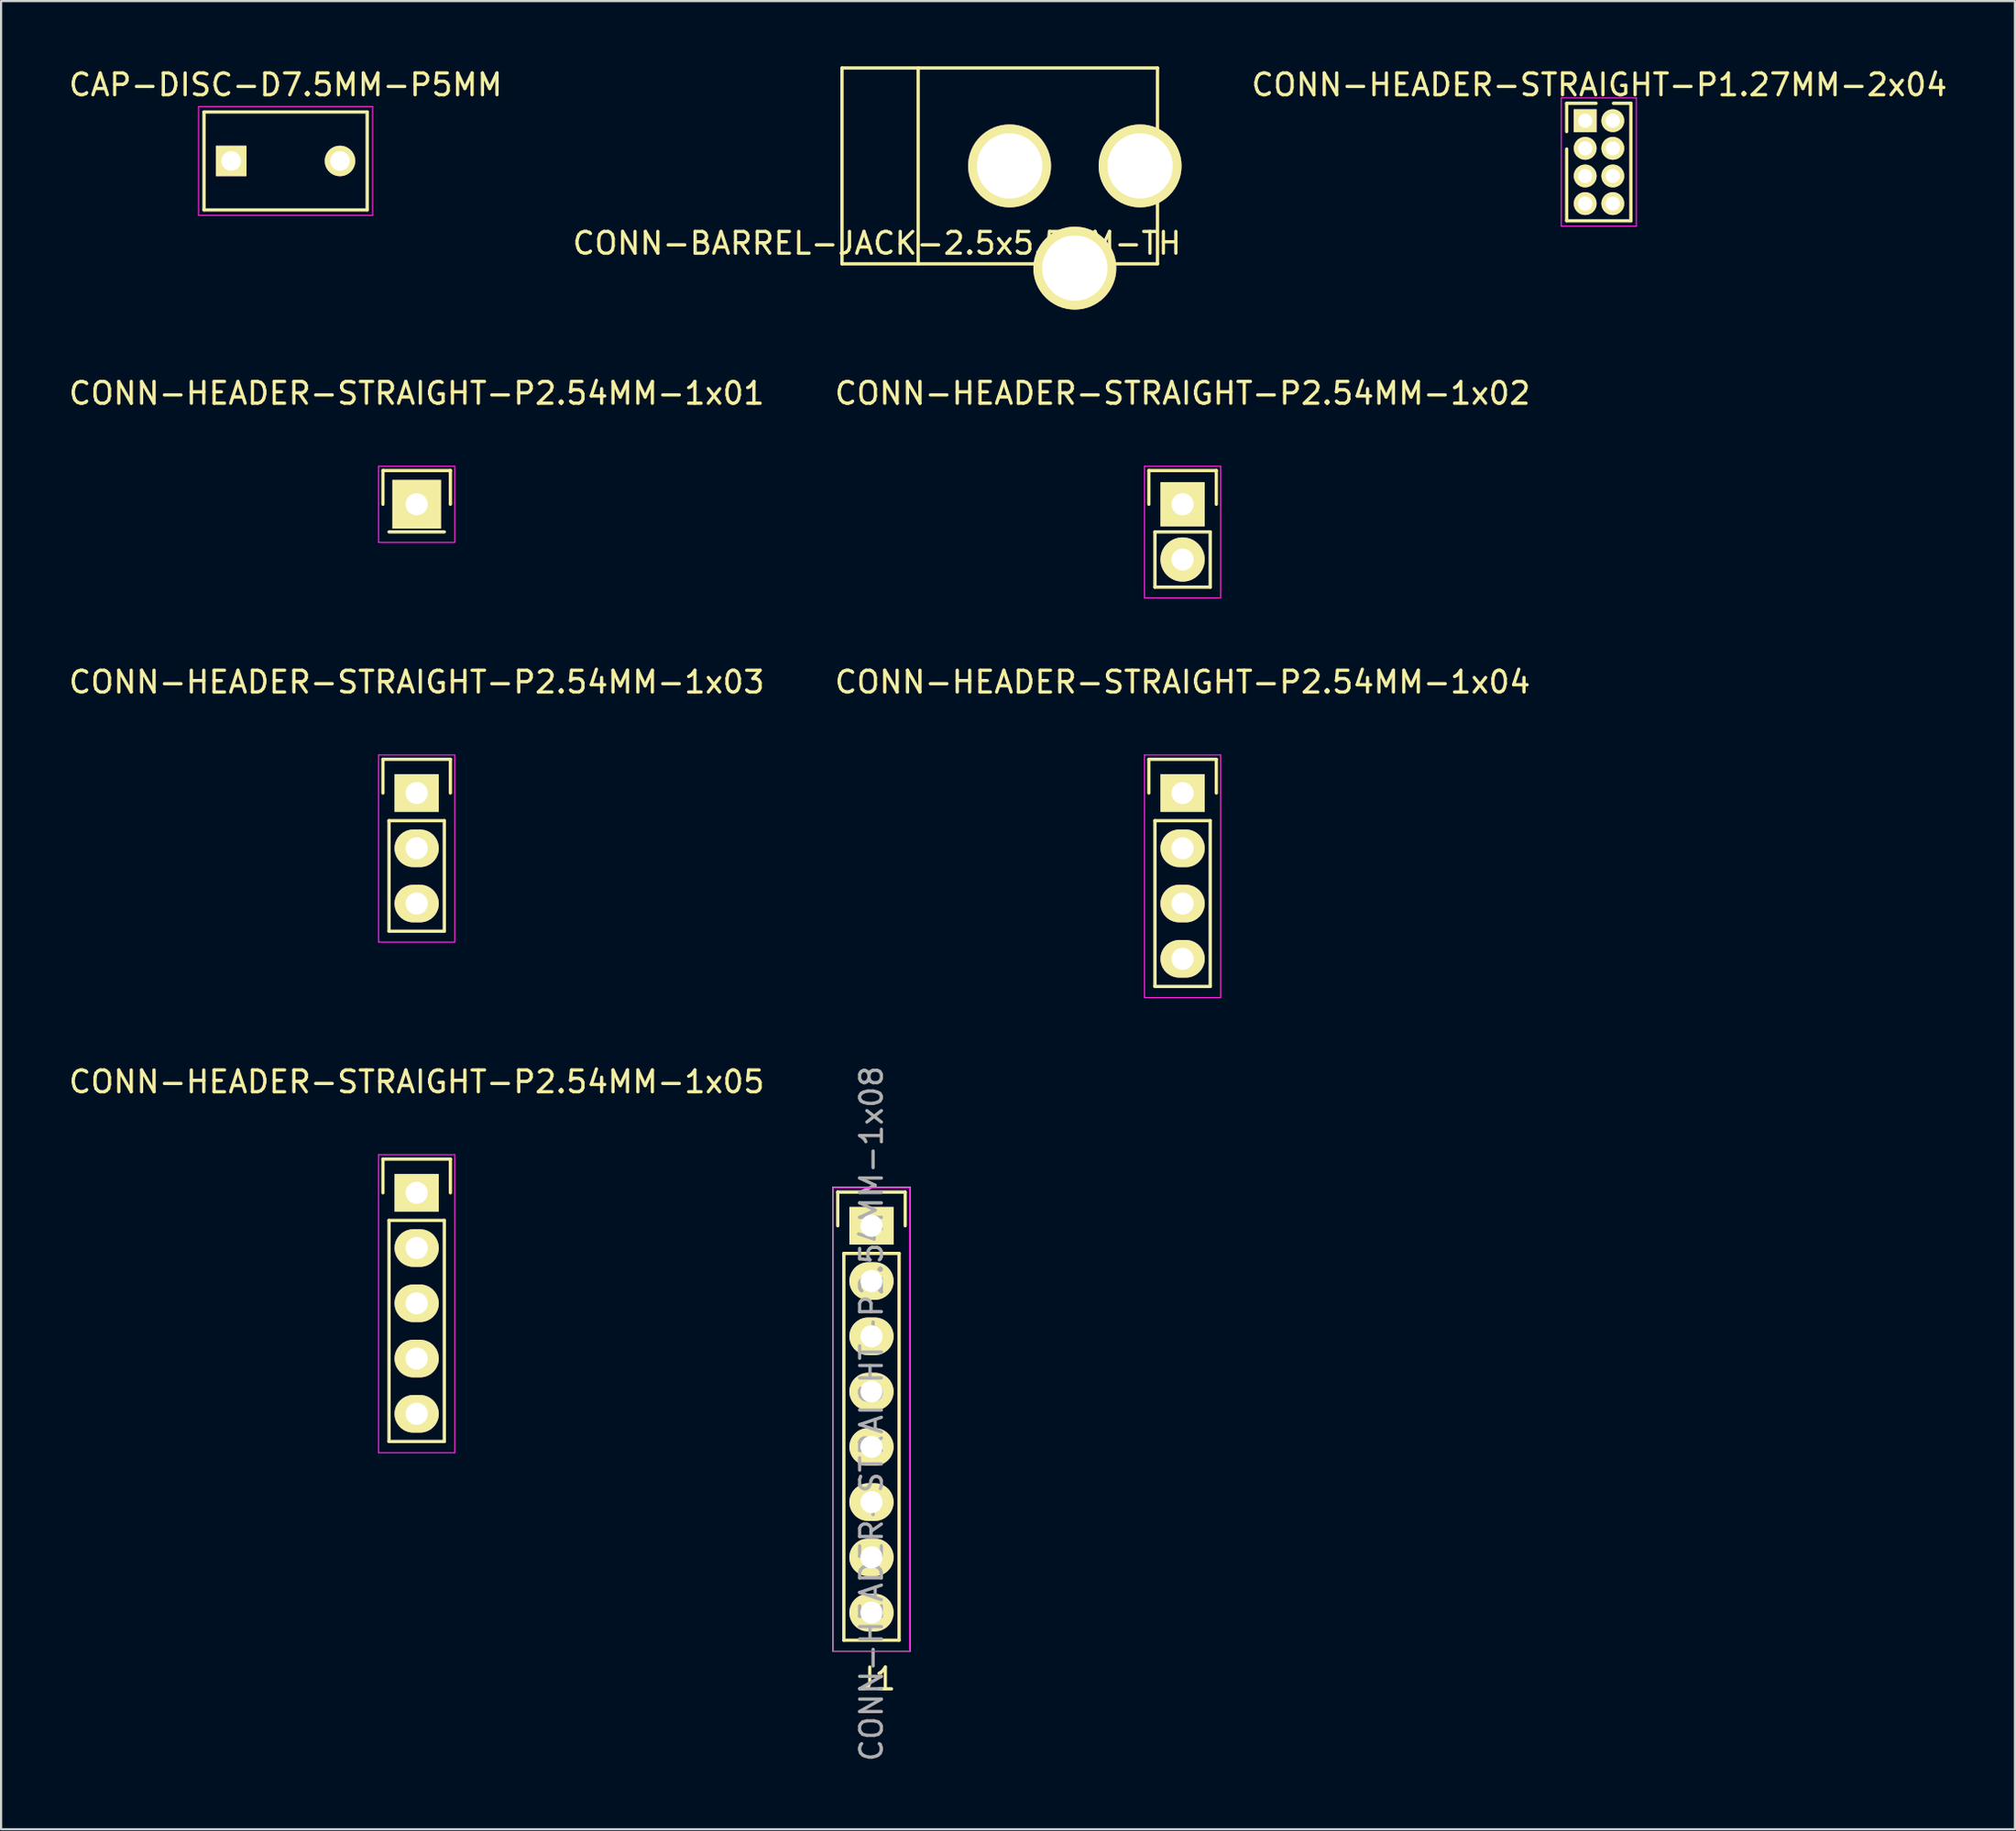
<source format=kicad_pcb>
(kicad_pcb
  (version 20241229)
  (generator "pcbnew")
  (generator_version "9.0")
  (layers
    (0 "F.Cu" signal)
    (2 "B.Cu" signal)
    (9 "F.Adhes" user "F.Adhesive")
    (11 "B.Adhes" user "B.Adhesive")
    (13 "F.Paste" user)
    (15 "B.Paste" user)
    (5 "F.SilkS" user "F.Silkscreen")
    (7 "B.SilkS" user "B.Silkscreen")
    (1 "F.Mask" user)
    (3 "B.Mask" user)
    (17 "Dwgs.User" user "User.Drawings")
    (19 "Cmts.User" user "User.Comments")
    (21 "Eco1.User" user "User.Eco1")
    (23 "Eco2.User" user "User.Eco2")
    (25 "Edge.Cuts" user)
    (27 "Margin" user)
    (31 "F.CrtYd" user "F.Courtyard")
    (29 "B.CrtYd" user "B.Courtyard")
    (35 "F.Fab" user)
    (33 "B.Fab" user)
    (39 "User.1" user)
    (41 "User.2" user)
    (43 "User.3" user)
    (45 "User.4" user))
  (footprint "CONN-HEADER-STRAIGHT-P1.27MM-2x04"
    (layer "F.Cu")
    (at 69.808 2.498)
    (property "Reference" "CONN-HEADER-STRAIGHT-P1.27MM-2x04" (at 0.65 -1.65 0) (layer "F.SilkS") (effects (font (size 1 1) (thickness 0.15))))
    (attr through_hole)
    (fp_line (start -0.85 -0.8) (end -0.85 0.5) (stroke (width 0.15) (type solid)) (layer "F.SilkS"))
    (fp_line (start -0.85 4.6) (end -0.85 1.3) (stroke (width 0.15) (type solid)) (layer "F.SilkS"))
    (fp_line (start 0.5 -0.8) (end -0.85 -0.8) (stroke (width 0.15) (type solid)) (layer "F.SilkS"))
    (fp_line (start 2.1 -0.8) (end 1.3 -0.8) (stroke (width 0.15) (type solid)) (layer "F.SilkS"))
    (fp_line (start 2.1 4.6) (end -0.85 4.6) (stroke (width 0.15) (type solid)) (layer "F.SilkS"))
    (fp_line (start 2.1 4.6) (end 2.1 -0.8) (stroke (width 0.15) (type solid)) (layer "F.SilkS"))
    (fp_line (start -1.1 -1.05) (end -1.1 4.85) (stroke (width 0.05) (type solid)) (layer "F.CrtYd"))
    (fp_line (start -1.1 -1.05) (end 2.35 -1.05) (stroke (width 0.05) (type solid)) (layer "F.CrtYd"))
    (fp_line (start -1.1 4.85) (end 2.35 4.85) (stroke (width 0.05) (type solid)) (layer "F.CrtYd"))
    (fp_line (start 2.35 -1.05) (end 2.35 4.85) (stroke (width 0.05) (type solid)) (layer "F.CrtYd"))
    (pad "1" thru_hole rect (at 0 0) (size 1.05 1.05) (drill 0.65) (layers "*.Cu" "*.Mask" "F.SilkS"))
    (pad "2" thru_hole circle (at 1.27 0) (size 1.05 1.05) (drill 0.65) (layers "*.Cu" "*.Mask" "F.SilkS"))
    (pad "3" thru_hole circle (at 0 1.27) (size 1.05 1.05) (drill 0.65) (layers "*.Cu" "*.Mask" "F.SilkS"))
    (pad "4" thru_hole circle (at 1.27 1.27) (size 1.05 1.05) (drill 0.65) (layers "*.Cu" "*.Mask" "F.SilkS"))
    (pad "5" thru_hole circle (at 0 2.54) (size 1.05 1.05) (drill 0.65) (layers "*.Cu" "*.Mask" "F.SilkS"))
    (pad "6" thru_hole circle (at 1.27 2.54) (size 1.05 1.05) (drill 0.65) (layers "*.Cu" "*.Mask" "F.SilkS"))
    (pad "7" thru_hole circle (at 0 3.81) (size 1.05 1.05) (drill 0.65) (layers "*.Cu" "*.Mask" "F.SilkS"))
    (pad "8" thru_hole circle (at 1.27 3.81) (size 1.05 1.05) (drill 0.65) (layers "*.Cu" "*.Mask" "F.SilkS")))
  (footprint "CONN-BARREL-JACK-2.5x5.5MM-TH"
    (layer "F.Cu")
    (at 43.151 4.576)
    (property "Reference" "CONN-BARREL-JACK-2.5x5.5MM-TH" (at -5.895 3.556 180) (layer "F.SilkS") (effects (font (size 1 1) (thickness 0.15))))
    (attr through_hole)
    (fp_line (start -7.501 -4.501) (end -7.501 4.501) (stroke (width 0.15) (type solid)) (layer "F.SilkS"))
    (fp_line (start -7.501 4.501) (end 7 4.501) (stroke (width 0.15) (type solid)) (layer "F.SilkS"))
    (fp_line (start -4 -4.501) (end -4 4.501) (stroke (width 0.15) (type solid)) (layer "F.SilkS"))
    (fp_line (start 7 -4.501) (end -7.501 -4.501) (stroke (width 0.15) (type solid)) (layer "F.SilkS"))
    (fp_line (start 7 4.501) (end 7 -4.501) (stroke (width 0.15) (type solid)) (layer "F.SilkS"))
    (pad "1" thru_hole circle (at 6.2 0) (size 3.81 3.81) (drill 3) (layers "*.Cu" "*.Mask" "F.SilkS"))
    (pad "2" thru_hole circle (at 0.201 0) (size 3.81 3.81) (drill 3) (layers "*.Cu" "*.Mask" "F.SilkS"))
    (pad "3" thru_hole circle (at 3.2 4.699) (size 3.81 3.81) (drill 3) (layers "*.Cu" "*.Mask" "F.SilkS")))
  (footprint "CONN-HEADER-STRAIGHT-P2.54MM-1x04"
    (layer "F.Cu")
    (at 51.304 33.401)
    (property "Reference" "CONN-HEADER-STRAIGHT-P2.54MM-1x04" (at 0 -5.1 0) (layer "F.SilkS") (effects (font (size 1 1) (thickness 0.15))))
    (attr through_hole)
    (fp_line (start -1.55 -1.55) (end 1.55 -1.55) (stroke (width 0.15) (type solid)) (layer "F.SilkS"))
    (fp_line (start -1.55 0) (end -1.55 -1.55) (stroke (width 0.15) (type solid)) (layer "F.SilkS"))
    (fp_line (start -1.27 1.27) (end -1.27 8.89) (stroke (width 0.15) (type solid)) (layer "F.SilkS"))
    (fp_line (start -1.27 8.89) (end 1.27 8.89) (stroke (width 0.15) (type solid)) (layer "F.SilkS"))
    (fp_line (start 1.27 1.27) (end -1.27 1.27) (stroke (width 0.15) (type solid)) (layer "F.SilkS"))
    (fp_line (start 1.27 1.27) (end 1.27 8.89) (stroke (width 0.15) (type solid)) (layer "F.SilkS"))
    (fp_line (start 1.55 -1.55) (end 1.55 0) (stroke (width 0.15) (type solid)) (layer "F.SilkS"))
    (fp_line (start -1.75 -1.75) (end -1.75 9.4) (stroke (width 0.05) (type solid)) (layer "F.CrtYd"))
    (fp_line (start -1.75 -1.75) (end 1.75 -1.75) (stroke (width 0.05) (type solid)) (layer "F.CrtYd"))
    (fp_line (start -1.75 9.4) (end 1.75 9.4) (stroke (width 0.05) (type solid)) (layer "F.CrtYd"))
    (fp_line (start 1.75 -1.75) (end 1.75 9.4) (stroke (width 0.05) (type solid)) (layer "F.CrtYd"))
    (pad "1" thru_hole rect (at 0 0) (size 2.032 1.727) (drill 1.016) (layers "*.Cu" "*.Mask" "F.SilkS"))
    (pad "2" thru_hole oval (at 0 2.54) (size 2.032 1.727) (drill 1.016) (layers "*.Cu" "*.Mask" "F.SilkS"))
    (pad "3" thru_hole oval (at 0 5.08) (size 2.032 1.727) (drill 1.016) (layers "*.Cu" "*.Mask" "F.SilkS"))
    (pad "4" thru_hole oval (at 0 7.62) (size 2.032 1.727) (drill 1.016) (layers "*.Cu" "*.Mask" "F.SilkS")))
  (footprint "CONN-HEADER-STRAIGHT-P2.54MM-1x03"
    (layer "F.Cu")
    (at 16.101 33.401)
    (property "Reference" "CONN-HEADER-STRAIGHT-P2.54MM-1x03" (at 0 -5.1 0) (layer "F.SilkS") (effects (font (size 1 1) (thickness 0.15))))
    (attr through_hole)
    (fp_line (start -1.55 -1.55) (end 1.55 -1.55) (stroke (width 0.15) (type solid)) (layer "F.SilkS"))
    (fp_line (start -1.55 0) (end -1.55 -1.55) (stroke (width 0.15) (type solid)) (layer "F.SilkS"))
    (fp_line (start -1.27 1.27) (end -1.27 6.35) (stroke (width 0.15) (type solid)) (layer "F.SilkS"))
    (fp_line (start -1.27 6.35) (end 1.27 6.35) (stroke (width 0.15) (type solid)) (layer "F.SilkS"))
    (fp_line (start 1.27 1.27) (end -1.27 1.27) (stroke (width 0.15) (type solid)) (layer "F.SilkS"))
    (fp_line (start 1.27 6.35) (end 1.27 1.27) (stroke (width 0.15) (type solid)) (layer "F.SilkS"))
    (fp_line (start 1.55 -1.55) (end 1.55 0) (stroke (width 0.15) (type solid)) (layer "F.SilkS"))
    (fp_line (start -1.75 -1.75) (end -1.75 6.85) (stroke (width 0.05) (type solid)) (layer "F.CrtYd"))
    (fp_line (start -1.75 -1.75) (end 1.75 -1.75) (stroke (width 0.05) (type solid)) (layer "F.CrtYd"))
    (fp_line (start -1.75 6.85) (end 1.75 6.85) (stroke (width 0.05) (type solid)) (layer "F.CrtYd"))
    (fp_line (start 1.75 -1.75) (end 1.75 6.85) (stroke (width 0.05) (type solid)) (layer "F.CrtYd"))
    (pad "1" thru_hole rect (at 0 0) (size 2.032 1.727) (drill 1.016) (layers "*.Cu" "*.Mask" "F.SilkS"))
    (pad "2" thru_hole oval (at 0 2.54) (size 2.032 1.727) (drill 1.016) (layers "*.Cu" "*.Mask" "F.SilkS"))
    (pad "3" thru_hole oval (at 0 5.08) (size 2.032 1.727) (drill 1.016) (layers "*.Cu" "*.Mask" "F.SilkS")))
  (footprint "CONN-HEADER-STRAIGHT-P2.54MM-1x08"
    (layer "F.Cu")
    (at 37.005 53.292)
    (property "Reference" "CONN-HEADER-STRAIGHT-P2.54MM-1x08" (at 0 8.636 90) (layer "F.Fab") (effects (font (size 1 1) (thickness 0.15))))
    (attr through_hole)
    (fp_line (start -1.55 -1.55) (end 1.55 -1.55) (stroke (width 0.15) (type solid)) (layer "F.SilkS"))
    (fp_line (start -1.55 0) (end -1.55 -1.55) (stroke (width 0.15) (type solid)) (layer "F.SilkS"))
    (fp_line (start -1.27 19.05) (end -1.27 1.27) (stroke (width 0.15) (type solid)) (layer "F.SilkS"))
    (fp_line (start 1.27 1.27) (end -1.27 1.27) (stroke (width 0.15) (type solid)) (layer "F.SilkS"))
    (fp_line (start 1.27 1.27) (end 1.27 19.05) (stroke (width 0.15) (type solid)) (layer "F.SilkS"))
    (fp_line (start 1.27 19.05) (end -1.27 19.05) (stroke (width 0.15) (type solid)) (layer "F.SilkS"))
    (fp_line (start 1.55 -1.55) (end 1.55 0) (stroke (width 0.15) (type solid)) (layer "F.SilkS"))
    (fp_line (start -1.75 -1.75) (end -1.75 19.55) (stroke (width 0.05) (type solid)) (layer "F.CrtYd"))
    (fp_line (start -1.75 -1.75) (end 1.75 -1.75) (stroke (width 0.05) (type solid)) (layer "F.CrtYd"))
    (fp_line (start -1.75 19.55) (end 1.75 19.55) (stroke (width 0.05) (type solid)) (layer "F.CrtYd"))
    (fp_line (start 1.75 -1.75) (end 1.75 19.55) (stroke (width 0.05) (type solid)) (layer "F.CrtYd"))
    (fp_line (start -1.778 -1.778) (end 1.778 -1.778) (stroke (width 0.05) (type solid)) (layer "F.Fab"))
    (fp_line (start -1.778 19.558) (end -1.778 -1.778) (stroke (width 0.05) (type solid)) (layer "F.Fab"))
    (fp_line (start 1.778 -1.778) (end 1.778 19.558) (stroke (width 0.05) (type solid)) (layer "F.Fab"))
    (fp_line (start 1.778 19.558) (end -1.778 19.558) (stroke (width 0.05) (type solid)) (layer "F.Fab"))
    (fp_circle (center 0 0) (end 0.254 0) (stroke (width 0.2) (type solid)) (fill no) (layer "F.Fab"))
    (fp_text user "J1" (at 0.254 20.828 0) (layer "F.SilkS") (effects (font (size 1 1) (thickness 0.15))))
    (pad "1" thru_hole rect (at 0 0) (size 2.032 1.727) (drill 1.016) (layers "*.Cu" "*.Mask" "F.SilkS"))
    (pad "2" thru_hole oval (at 0 2.54) (size 2.032 1.727) (drill 1.016) (layers "*.Cu" "*.Mask" "F.SilkS"))
    (pad "3" thru_hole oval (at 0 5.08) (size 2.032 1.727) (drill 1.016) (layers "*.Cu" "*.Mask" "F.SilkS"))
    (pad "4" thru_hole oval (at 0 7.62) (size 2.032 1.727) (drill 1.016) (layers "*.Cu" "*.Mask" "F.SilkS"))
    (pad "5" thru_hole oval (at 0 10.16) (size 2.032 1.727) (drill 1.016) (layers "*.Cu" "*.Mask" "F.SilkS"))
    (pad "6" thru_hole oval (at 0 12.7) (size 2.032 1.727) (drill 1.016) (layers "*.Cu" "*.Mask" "F.SilkS"))
    (pad "7" thru_hole oval (at 0 15.24) (size 2.032 1.727) (drill 1.016) (layers "*.Cu" "*.Mask" "F.SilkS"))
    (pad "8" thru_hole oval (at 0 17.78) (size 2.032 1.727) (drill 1.016) (layers "*.Cu" "*.Mask" "F.SilkS")))
  (footprint "CAP-DISC-D7.5MM-P5MM"
    (layer "F.Cu")
    (at 7.577 4.348)
    (property "Reference" "CAP-DISC-D7.5MM-P5MM" (at 2.5 -3.5 0) (layer "F.SilkS") (effects (font (size 1 1) (thickness 0.15))))
    (attr through_hole)
    (fp_line (start -1.25 -2.25) (end 6.25 -2.25) (stroke (width 0.15) (type solid)) (layer "F.SilkS"))
    (fp_line (start -1.25 2.25) (end -1.25 -2.25) (stroke (width 0.15) (type solid)) (layer "F.SilkS"))
    (fp_line (start 6.25 -2.25) (end 6.25 2.25) (stroke (width 0.15) (type solid)) (layer "F.SilkS"))
    (fp_line (start 6.25 2.25) (end -1.25 2.25) (stroke (width 0.15) (type solid)) (layer "F.SilkS"))
    (fp_line (start -1.5 -2.5) (end 6.5 -2.5) (stroke (width 0.05) (type solid)) (layer "F.CrtYd"))
    (fp_line (start -1.5 2.5) (end -1.5 -2.5) (stroke (width 0.05) (type solid)) (layer "F.CrtYd"))
    (fp_line (start 6.5 -2.5) (end 6.5 2.5) (stroke (width 0.05) (type solid)) (layer "F.CrtYd"))
    (fp_line (start 6.5 2.5) (end -1.5 2.5) (stroke (width 0.05) (type solid)) (layer "F.CrtYd"))
    (pad "1" thru_hole rect (at 0 0) (size 1.4 1.4) (drill 0.9) (layers "*.Cu" "*.Mask" "F.SilkS"))
    (pad "2" thru_hole circle (at 5 0) (size 1.4 1.4) (drill 0.9) (layers "*.Cu" "*.Mask" "F.SilkS")))
  (footprint "CONN-HEADER-STRAIGHT-P2.54MM-1x02"
    (layer "F.Cu")
    (at 51.304 20.128)
    (property "Reference" "CONN-HEADER-STRAIGHT-P2.54MM-1x02" (at 0 -5.1 0) (layer "F.SilkS") (effects (font (size 1 1) (thickness 0.15))))
    (attr through_hole)
    (fp_line (start -1.55 -1.55) (end 1.55 -1.55) (stroke (width 0.15) (type solid)) (layer "F.SilkS"))
    (fp_line (start -1.55 0) (end -1.55 -1.55) (stroke (width 0.15) (type solid)) (layer "F.SilkS"))
    (fp_line (start -1.27 1.27) (end -1.27 3.81) (stroke (width 0.15) (type solid)) (layer "F.SilkS"))
    (fp_line (start -1.27 3.81) (end 1.27 3.81) (stroke (width 0.15) (type solid)) (layer "F.SilkS"))
    (fp_line (start 1.27 1.27) (end -1.27 1.27) (stroke (width 0.15) (type solid)) (layer "F.SilkS"))
    (fp_line (start 1.27 1.27) (end 1.27 3.81) (stroke (width 0.15) (type solid)) (layer "F.SilkS"))
    (fp_line (start 1.55 -1.55) (end 1.55 0) (stroke (width 0.15) (type solid)) (layer "F.SilkS"))
    (fp_line (start -1.75 -1.75) (end -1.75 4.3) (stroke (width 0.05) (type solid)) (layer "F.CrtYd"))
    (fp_line (start -1.75 -1.75) (end 1.75 -1.75) (stroke (width 0.05) (type solid)) (layer "F.CrtYd"))
    (fp_line (start -1.75 4.3) (end 1.75 4.3) (stroke (width 0.05) (type solid)) (layer "F.CrtYd"))
    (fp_line (start 1.75 -1.75) (end 1.75 4.3) (stroke (width 0.05) (type solid)) (layer "F.CrtYd"))
    (pad "1" thru_hole rect (at 0 0) (size 2.032 2.032) (drill 1.016) (layers "*.Cu" "*.Mask" "F.SilkS"))
    (pad "2" thru_hole oval (at 0 2.54) (size 2.032 2.032) (drill 1.016) (layers "*.Cu" "*.Mask" "F.SilkS")))
  (footprint "CONN-HEADER-STRAIGHT-P2.54MM-1x01"
    (layer "F.Cu")
    (at 16.101 20.128)
    (property "Reference" "CONN-HEADER-STRAIGHT-P2.54MM-1x01" (at 0 -5.1 0) (layer "F.SilkS") (effects (font (size 1 1) (thickness 0.15))))
    (attr through_hole)
    (fp_line (start -1.55 -1.55) (end 1.55 -1.55) (stroke (width 0.15) (type solid)) (layer "F.SilkS"))
    (fp_line (start -1.55 0) (end -1.55 -1.55) (stroke (width 0.15) (type solid)) (layer "F.SilkS"))
    (fp_line (start -1.27 1.27) (end 1.27 1.27) (stroke (width 0.15) (type solid)) (layer "F.SilkS"))
    (fp_line (start 1.55 -1.55) (end 1.55 0) (stroke (width 0.15) (type solid)) (layer "F.SilkS"))
    (fp_line (start -1.75 -1.75) (end -1.75 1.75) (stroke (width 0.05) (type solid)) (layer "F.CrtYd"))
    (fp_line (start -1.75 -1.75) (end 1.75 -1.75) (stroke (width 0.05) (type solid)) (layer "F.CrtYd"))
    (fp_line (start -1.75 1.75) (end 1.75 1.75) (stroke (width 0.05) (type solid)) (layer "F.CrtYd"))
    (fp_line (start 1.75 -1.75) (end 1.75 1.75) (stroke (width 0.05) (type solid)) (layer "F.CrtYd"))
    (pad "1" thru_hole rect (at 0 0) (size 2.235 2.235) (drill 1.016) (layers "*.Cu" "*.Mask" "F.SilkS")))
  (footprint "CONN-HEADER-STRAIGHT-P2.54MM-1x05"
    (layer "F.Cu")
    (at 16.101 51.775)
    (property "Reference" "CONN-HEADER-STRAIGHT-P2.54MM-1x05" (at 0 -5.1 0) (layer "F.SilkS") (effects (font (size 1 1) (thickness 0.15))))
    (attr through_hole)
    (fp_line (start -1.55 -1.55) (end 1.55 -1.55) (stroke (width 0.15) (type solid)) (layer "F.SilkS"))
    (fp_line (start -1.55 0) (end -1.55 -1.55) (stroke (width 0.15) (type solid)) (layer "F.SilkS"))
    (fp_line (start -1.27 11.43) (end -1.27 1.27) (stroke (width 0.15) (type solid)) (layer "F.SilkS"))
    (fp_line (start 1.27 1.27) (end -1.27 1.27) (stroke (width 0.15) (type solid)) (layer "F.SilkS"))
    (fp_line (start 1.27 1.27) (end 1.27 11.43) (stroke (width 0.15) (type solid)) (layer "F.SilkS"))
    (fp_line (start 1.27 11.43) (end -1.27 11.43) (stroke (width 0.15) (type solid)) (layer "F.SilkS"))
    (fp_line (start 1.55 -1.55) (end 1.55 0) (stroke (width 0.15) (type solid)) (layer "F.SilkS"))
    (fp_line (start -1.75 -1.75) (end -1.75 11.95) (stroke (width 0.05) (type solid)) (layer "F.CrtYd"))
    (fp_line (start -1.75 -1.75) (end 1.75 -1.75) (stroke (width 0.05) (type solid)) (layer "F.CrtYd"))
    (fp_line (start -1.75 11.95) (end 1.75 11.95) (stroke (width 0.05) (type solid)) (layer "F.CrtYd"))
    (fp_line (start 1.75 -1.75) (end 1.75 11.95) (stroke (width 0.05) (type solid)) (layer "F.CrtYd"))
    (pad "1" thru_hole rect (at 0 0) (size 2.032 1.727) (drill 1.016) (layers "*.Cu" "*.Mask" "F.SilkS"))
    (pad "2" thru_hole oval (at 0 2.54) (size 2.032 1.727) (drill 1.016) (layers "*.Cu" "*.Mask" "F.SilkS"))
    (pad "3" thru_hole oval (at 0 5.08) (size 2.032 1.727) (drill 1.016) (layers "*.Cu" "*.Mask" "F.SilkS"))
    (pad "4" thru_hole oval (at 0 7.62) (size 2.032 1.727) (drill 1.016) (layers "*.Cu" "*.Mask" "F.SilkS"))
    (pad "5" thru_hole oval (at 0 10.16) (size 2.032 1.727) (drill 1.016) (layers "*.Cu" "*.Mask" "F.SilkS")))
  (gr_rect
    (start -3 -3)
    (end 89.56 81.029)
    (stroke (width 0.1) (type default))
    (fill no)
    (layer "Edge.Cuts")))
</source>
